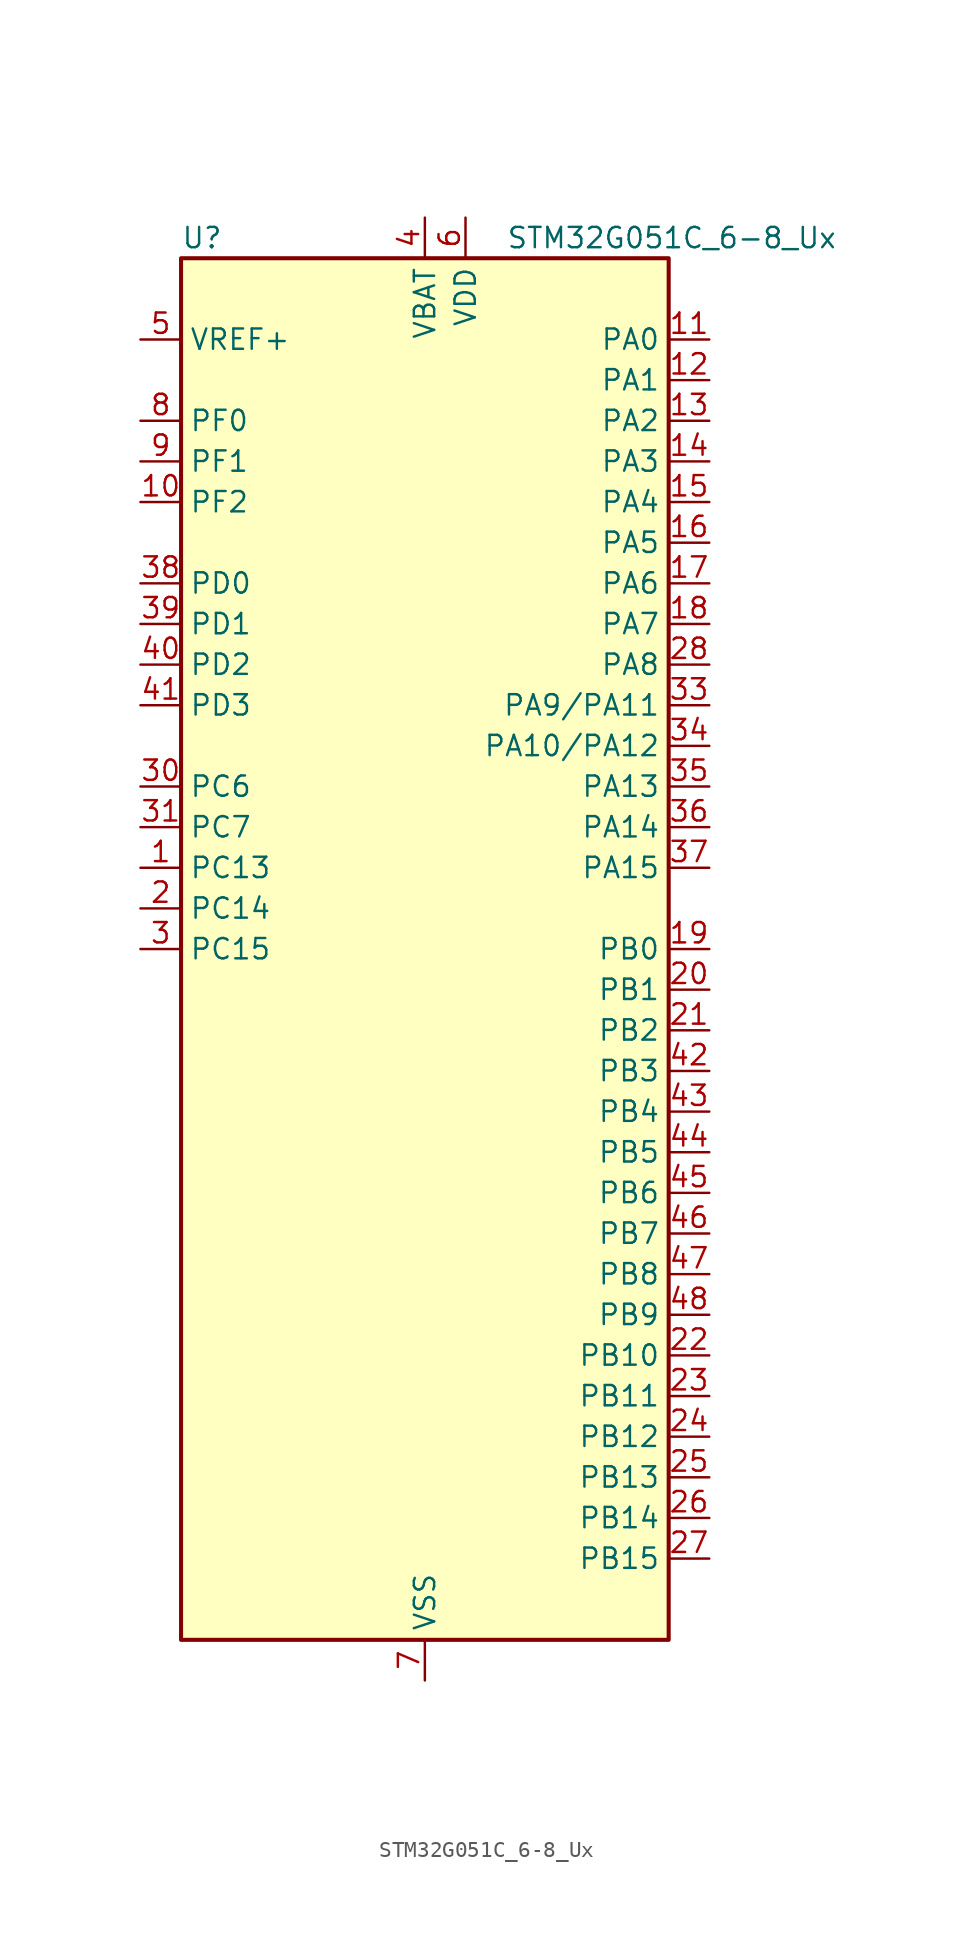
<source format=kicad_sym>
(kicad_symbol_lib
  (version 20231120)
  (generator "kicad-library-utils")
  (generator_version "8.0")
  (symbol "STM32G051C_6-8_Ux"
    (property "Reference" "U"
      (at -15.24 44.45 0)
      (effects (font (size 1.27 1.27)) (justify left)))
    (property "Value" "STM32G051C_6-8_Ux"
      (at 5.08 44.45 0)
      (effects (font (size 1.27 1.27)) (justify left)))
    (symbol "STM32G051C_6-8_Ux_0_1"
      (rectangle (start -15.24 -43.18) (end 15.24 43.18) (stroke (width 0.254) (type default)) (fill (type background))))
    (symbol "STM32G051C_6-8_Ux_1_1"
      (pin bidirectional line (at -17.78 5.08 0) (length 2.54) (name "PC13" (effects (font (size 1.27 1.27)))) (number "1" (effects (font (size 1.27 1.27)))) (alternate "RTC_OUT1" bidirectional line) (alternate "RTC_TAMP_IN1" bidirectional line) (alternate "RTC_TS" bidirectional line) (alternate "SYS_WKUP2" bidirectional line) (alternate "TIM1_BK" bidirectional line))
      (pin bidirectional line (at -17.78 27.94 0) (length 2.54) (name "PF2" (effects (font (size 1.27 1.27)))) (number "10" (effects (font (size 1.27 1.27)))) (alternate "RCC_MCO" bidirectional line))
      (pin bidirectional line (at 17.78 38.1 180) (length 2.54) (name "PA0" (effects (font (size 1.27 1.27)))) (number "11" (effects (font (size 1.27 1.27)))) (alternate "ADC1_IN0" bidirectional line) (alternate "COMP1_INM" bidirectional line) (alternate "COMP1_OUT" bidirectional line) (alternate "LPTIM1_OUT" bidirectional line) (alternate "RTC_TAMP_IN2" bidirectional line) (alternate "SPI2_SCK" bidirectional line) (alternate "SYS_WKUP1" bidirectional line) (alternate "TIM2_CH1" bidirectional line) (alternate "TIM2_ETR" bidirectional line) (alternate "USART2_CTS" bidirectional line) (alternate "USART2_NSS" bidirectional line))
      (pin bidirectional line (at 17.78 35.56 180) (length 2.54) (name "PA1" (effects (font (size 1.27 1.27)))) (number "12" (effects (font (size 1.27 1.27)))) (alternate "ADC1_IN1" bidirectional line) (alternate "COMP1_INP" bidirectional line) (alternate "I2C1_SMBA" bidirectional line) (alternate "I2S1_CK" bidirectional line) (alternate "SPI1_SCK" bidirectional line) (alternate "TIM15_CH1N" bidirectional line) (alternate "TIM2_CH2" bidirectional line) (alternate "USART2_CK" bidirectional line) (alternate "USART2_DE" bidirectional line) (alternate "USART2_RTS" bidirectional line))
      (pin bidirectional line (at 17.78 33.02 180) (length 2.54) (name "PA2" (effects (font (size 1.27 1.27)))) (number "13" (effects (font (size 1.27 1.27)))) (alternate "ADC1_IN2" bidirectional line) (alternate "COMP2_INM" bidirectional line) (alternate "COMP2_OUT" bidirectional line) (alternate "I2S1_SD" bidirectional line) (alternate "LPUART1_TX" bidirectional line) (alternate "RCC_LSCO" bidirectional line) (alternate "SPI1_MOSI" bidirectional line) (alternate "SYS_WKUP4" bidirectional line) (alternate "TIM15_CH1" bidirectional line) (alternate "TIM2_CH3" bidirectional line) (alternate "USART2_TX" bidirectional line))
      (pin bidirectional line (at 17.78 30.48 180) (length 2.54) (name "PA3" (effects (font (size 1.27 1.27)))) (number "14" (effects (font (size 1.27 1.27)))) (alternate "ADC1_IN3" bidirectional line) (alternate "COMP2_INP" bidirectional line) (alternate "LPUART1_RX" bidirectional line) (alternate "SPI2_MISO" bidirectional line) (alternate "TIM15_CH2" bidirectional line) (alternate "TIM2_CH4" bidirectional line) (alternate "USART2_RX" bidirectional line))
      (pin bidirectional line (at 17.78 27.94 180) (length 2.54) (name "PA4" (effects (font (size 1.27 1.27)))) (number "15" (effects (font (size 1.27 1.27)))) (alternate "ADC1_IN4" bidirectional line) (alternate "DAC1_OUT1" bidirectional line) (alternate "I2S1_WS" bidirectional line) (alternate "LPTIM2_OUT" bidirectional line) (alternate "RTC_OUT2" bidirectional line) (alternate "SPI1_NSS" bidirectional line) (alternate "SPI2_MOSI" bidirectional line) (alternate "TIM14_CH1" bidirectional line))
      (pin bidirectional line (at 17.78 25.4 180) (length 2.54) (name "PA5" (effects (font (size 1.27 1.27)))) (number "16" (effects (font (size 1.27 1.27)))) (alternate "ADC1_IN5" bidirectional line) (alternate "DAC1_OUT2" bidirectional line) (alternate "I2S1_CK" bidirectional line) (alternate "LPTIM2_ETR" bidirectional line) (alternate "SPI1_SCK" bidirectional line) (alternate "TIM2_CH1" bidirectional line) (alternate "TIM2_ETR" bidirectional line))
      (pin bidirectional line (at 17.78 22.86 180) (length 2.54) (name "PA6" (effects (font (size 1.27 1.27)))) (number "17" (effects (font (size 1.27 1.27)))) (alternate "ADC1_IN6" bidirectional line) (alternate "COMP1_OUT" bidirectional line) (alternate "I2S1_MCK" bidirectional line) (alternate "LPUART1_CTS" bidirectional line) (alternate "SPI1_MISO" bidirectional line) (alternate "TIM16_CH1" bidirectional line) (alternate "TIM1_BK" bidirectional line) (alternate "TIM3_CH1" bidirectional line))
      (pin bidirectional line (at 17.78 20.32 180) (length 2.54) (name "PA7" (effects (font (size 1.27 1.27)))) (number "18" (effects (font (size 1.27 1.27)))) (alternate "ADC1_IN7" bidirectional line) (alternate "COMP2_OUT" bidirectional line) (alternate "I2S1_SD" bidirectional line) (alternate "SPI1_MOSI" bidirectional line) (alternate "TIM14_CH1" bidirectional line) (alternate "TIM17_CH1" bidirectional line) (alternate "TIM1_CH1N" bidirectional line) (alternate "TIM3_CH2" bidirectional line))
      (pin bidirectional line (at 17.78 0 180) (length 2.54) (name "PB0" (effects (font (size 1.27 1.27)))) (number "19" (effects (font (size 1.27 1.27)))) (alternate "ADC1_IN8" bidirectional line) (alternate "COMP1_OUT" bidirectional line) (alternate "I2S1_WS" bidirectional line) (alternate "LPTIM1_OUT" bidirectional line) (alternate "SPI1_NSS" bidirectional line) (alternate "TIM1_CH2N" bidirectional line) (alternate "TIM3_CH3" bidirectional line))
      (pin bidirectional line (at -17.78 2.54 0) (length 2.54) (name "PC14" (effects (font (size 1.27 1.27)))) (number "2" (effects (font (size 1.27 1.27)))) (alternate "RCC_OSC32_IN" bidirectional line) (alternate "TIM1_BK2" bidirectional line))
      (pin bidirectional line (at 17.78 -2.54 180) (length 2.54) (name "PB1" (effects (font (size 1.27 1.27)))) (number "20" (effects (font (size 1.27 1.27)))) (alternate "ADC1_IN9" bidirectional line) (alternate "COMP1_INM" bidirectional line) (alternate "LPTIM2_IN1" bidirectional line) (alternate "LPUART1_DE" bidirectional line) (alternate "LPUART1_RTS" bidirectional line) (alternate "TIM14_CH1" bidirectional line) (alternate "TIM1_CH3N" bidirectional line) (alternate "TIM3_CH4" bidirectional line))
      (pin bidirectional line (at 17.78 -5.08 180) (length 2.54) (name "PB2" (effects (font (size 1.27 1.27)))) (number "21" (effects (font (size 1.27 1.27)))) (alternate "ADC1_IN10" bidirectional line) (alternate "COMP1_INP" bidirectional line) (alternate "LPTIM1_OUT" bidirectional line) (alternate "SPI2_MISO" bidirectional line))
      (pin bidirectional line (at 17.78 -25.4 180) (length 2.54) (name "PB10" (effects (font (size 1.27 1.27)))) (number "22" (effects (font (size 1.27 1.27)))) (alternate "ADC1_IN11" bidirectional line) (alternate "COMP1_OUT" bidirectional line) (alternate "I2C2_SCL" bidirectional line) (alternate "LPUART1_RX" bidirectional line) (alternate "SPI2_SCK" bidirectional line) (alternate "TIM2_CH3" bidirectional line))
      (pin bidirectional line (at 17.78 -27.94 180) (length 2.54) (name "PB11" (effects (font (size 1.27 1.27)))) (number "23" (effects (font (size 1.27 1.27)))) (alternate "ADC1_EXTI11" bidirectional line) (alternate "ADC1_IN15" bidirectional line) (alternate "COMP2_OUT" bidirectional line) (alternate "I2C2_SDA" bidirectional line) (alternate "LPUART1_TX" bidirectional line) (alternate "SPI2_MOSI" bidirectional line) (alternate "TIM2_CH4" bidirectional line))
      (pin bidirectional line (at 17.78 -30.48 180) (length 2.54) (name "PB12" (effects (font (size 1.27 1.27)))) (number "24" (effects (font (size 1.27 1.27)))) (alternate "ADC1_IN16" bidirectional line) (alternate "LPUART1_DE" bidirectional line) (alternate "LPUART1_RTS" bidirectional line) (alternate "SPI2_NSS" bidirectional line) (alternate "TIM15_BK" bidirectional line) (alternate "TIM1_BK" bidirectional line))
      (pin bidirectional line (at 17.78 -33.02 180) (length 2.54) (name "PB13" (effects (font (size 1.27 1.27)))) (number "25" (effects (font (size 1.27 1.27)))) (alternate "I2C2_SCL" bidirectional line) (alternate "LPUART1_CTS" bidirectional line) (alternate "SPI2_SCK" bidirectional line) (alternate "TIM15_CH1N" bidirectional line) (alternate "TIM1_CH1N" bidirectional line))
      (pin bidirectional line (at 17.78 -35.56 180) (length 2.54) (name "PB14" (effects (font (size 1.27 1.27)))) (number "26" (effects (font (size 1.27 1.27)))) (alternate "I2C2_SDA" bidirectional line) (alternate "SPI2_MISO" bidirectional line) (alternate "TIM15_CH1" bidirectional line) (alternate "TIM1_CH2N" bidirectional line))
      (pin bidirectional line (at 17.78 -38.1 180) (length 2.54) (name "PB15" (effects (font (size 1.27 1.27)))) (number "27" (effects (font (size 1.27 1.27)))) (alternate "RTC_REFIN" bidirectional line) (alternate "SPI2_MOSI" bidirectional line) (alternate "TIM15_CH1N" bidirectional line) (alternate "TIM15_CH2" bidirectional line) (alternate "TIM1_CH3N" bidirectional line))
      (pin bidirectional line (at 17.78 17.78 180) (length 2.54) (name "PA8" (effects (font (size 1.27 1.27)))) (number "28" (effects (font (size 1.27 1.27)))) (alternate "LPTIM2_OUT" bidirectional line) (alternate "RCC_MCO" bidirectional line) (alternate "SPI2_NSS" bidirectional line) (alternate "TIM1_CH1" bidirectional line))
      (pin no_connect line (at -15.24 -43.18 0) (length 2.54) hide (name "NC/PA9" (effects (font (size 1.27 1.27)))) (number "29" (effects (font (size 1.27 1.27)))) (alternate "NC" bidirectional line) (alternate "PA9" bidirectional line) (alternate "DAC1_EXTI9 (PA9)" bidirectional line) (alternate "I2C1_SCL (PA9)" bidirectional line) (alternate "RCC_MCO (PA9)" bidirectional line) (alternate "SPI2_MISO (PA9)" bidirectional line) (alternate "TIM15_BK (PA9)" bidirectional line) (alternate "TIM1_CH2 (PA9)" bidirectional line) (alternate "USART1_TX (PA9)" bidirectional line))
      (pin bidirectional line (at -17.78 0 0) (length 2.54) (name "PC15" (effects (font (size 1.27 1.27)))) (number "3" (effects (font (size 1.27 1.27)))) (alternate "RCC_OSC32_EN" bidirectional line) (alternate "RCC_OSC32_OUT" bidirectional line) (alternate "RCC_OSC_EN" bidirectional line) (alternate "TIM15_BK" bidirectional line))
      (pin bidirectional line (at -17.78 10.16 0) (length 2.54) (name "PC6" (effects (font (size 1.27 1.27)))) (number "30" (effects (font (size 1.27 1.27)))) (alternate "TIM2_CH3" bidirectional line) (alternate "TIM3_CH1" bidirectional line))
      (pin bidirectional line (at -17.78 7.62 0) (length 2.54) (name "PC7" (effects (font (size 1.27 1.27)))) (number "31" (effects (font (size 1.27 1.27)))) (alternate "TIM2_CH4" bidirectional line) (alternate "TIM3_CH2" bidirectional line))
      (pin no_connect line (at -15.24 -40.64 0) (length 2.54) hide (name "NC/PA10" (effects (font (size 1.27 1.27)))) (number "32" (effects (font (size 1.27 1.27)))) (alternate "NC" bidirectional line) (alternate "PA10" bidirectional line) (alternate "I2C1_SDA (PA10)" bidirectional line) (alternate "SPI2_MOSI (PA10)" bidirectional line) (alternate "TIM17_BK (PA10)" bidirectional line) (alternate "TIM1_CH3 (PA10)" bidirectional line) (alternate "USART1_RX (PA10)" bidirectional line))
      (pin bidirectional line (at 17.78 15.24 180) (length 2.54) (name "PA9/PA11" (effects (font (size 1.27 1.27)))) (number "33" (effects (font (size 1.27 1.27)))) (alternate "PA9" bidirectional line) (alternate "DAC1_EXTI9 (PA9)" bidirectional line) (alternate "I2C1_SCL (PA9)" bidirectional line) (alternate "RCC_MCO (PA9)" bidirectional line) (alternate "SPI2_MISO (PA9)" bidirectional line) (alternate "TIM15_BK (PA9)" bidirectional line) (alternate "TIM1_CH2 (PA9)" bidirectional line) (alternate "USART1_TX (PA9)" bidirectional line) (alternate "PA11" bidirectional line) (alternate "ADC1_EXTI11 (PA11)" bidirectional line) (alternate "COMP1_OUT (PA11)" bidirectional line) (alternate "I2C2_SCL (PA11)" bidirectional line) (alternate "I2S1_MCK (PA11)" bidirectional line) (alternate "SPI1_MISO (PA11)" bidirectional line) (alternate "TIM1_BK2 (PA11)" bidirectional line) (alternate "TIM1_CH4 (PA11)" bidirectional line) (alternate "USART1_CTS (PA11)" bidirectional line) (alternate "USART1_NSS (PA11)" bidirectional line))
      (pin bidirectional line (at 17.78 12.7 180) (length 2.54) (name "PA10/PA12" (effects (font (size 1.27 1.27)))) (number "34" (effects (font (size 1.27 1.27)))) (alternate "PA10" bidirectional line) (alternate "I2C1_SDA (PA10)" bidirectional line) (alternate "SPI2_MOSI (PA10)" bidirectional line) (alternate "TIM17_BK (PA10)" bidirectional line) (alternate "TIM1_CH3 (PA10)" bidirectional line) (alternate "USART1_RX (PA10)" bidirectional line) (alternate "PA12" bidirectional line) (alternate "COMP2_OUT (PA12)" bidirectional line) (alternate "I2C2_SDA (PA12)" bidirectional line) (alternate "I2S1_SD (PA12)" bidirectional line) (alternate "I2S_CKIN (PA12)" bidirectional line) (alternate "SPI1_MOSI (PA12)" bidirectional line) (alternate "TIM1_ETR (PA12)" bidirectional line) (alternate "USART1_CK (PA12)" bidirectional line) (alternate "USART1_DE (PA12)" bidirectional line) (alternate "USART1_RTS (PA12)" bidirectional line))
      (pin bidirectional line (at 17.78 10.16 180) (length 2.54) (name "PA13" (effects (font (size 1.27 1.27)))) (number "35" (effects (font (size 1.27 1.27)))) (alternate "ADC1_IN17" bidirectional line) (alternate "IR_OUT" bidirectional line) (alternate "SYS_SWDIO" bidirectional line))
      (pin bidirectional line (at 17.78 7.62 180) (length 2.54) (name "PA14" (effects (font (size 1.27 1.27)))) (number "36" (effects (font (size 1.27 1.27)))) (alternate "ADC1_IN18" bidirectional line) (alternate "SYS_SWCLK" bidirectional line) (alternate "USART2_TX" bidirectional line))
      (pin bidirectional line (at 17.78 5.08 180) (length 2.54) (name "PA15" (effects (font (size 1.27 1.27)))) (number "37" (effects (font (size 1.27 1.27)))) (alternate "I2S1_WS" bidirectional line) (alternate "SPI1_NSS" bidirectional line) (alternate "TIM2_CH1" bidirectional line) (alternate "TIM2_ETR" bidirectional line) (alternate "USART2_RX" bidirectional line))
      (pin bidirectional line (at -17.78 22.86 0) (length 2.54) (name "PD0" (effects (font (size 1.27 1.27)))) (number "38" (effects (font (size 1.27 1.27)))) (alternate "SPI2_NSS" bidirectional line) (alternate "TIM16_CH1" bidirectional line))
      (pin bidirectional line (at -17.78 20.32 0) (length 2.54) (name "PD1" (effects (font (size 1.27 1.27)))) (number "39" (effects (font (size 1.27 1.27)))) (alternate "SPI2_SCK" bidirectional line) (alternate "TIM17_CH1" bidirectional line))
      (pin power_in line (at 0 45.72 270) (length 2.54) (name "VBAT" (effects (font (size 1.27 1.27)))) (number "4" (effects (font (size 1.27 1.27)))))
      (pin bidirectional line (at -17.78 17.78 0) (length 2.54) (name "PD2" (effects (font (size 1.27 1.27)))) (number "40" (effects (font (size 1.27 1.27)))) (alternate "TIM1_CH1N" bidirectional line) (alternate "TIM3_ETR" bidirectional line))
      (pin bidirectional line (at -17.78 15.24 0) (length 2.54) (name "PD3" (effects (font (size 1.27 1.27)))) (number "41" (effects (font (size 1.27 1.27)))) (alternate "SPI2_MISO" bidirectional line) (alternate "TIM1_CH2N" bidirectional line) (alternate "USART2_CTS" bidirectional line) (alternate "USART2_NSS" bidirectional line))
      (pin bidirectional line (at 17.78 -7.62 180) (length 2.54) (name "PB3" (effects (font (size 1.27 1.27)))) (number "42" (effects (font (size 1.27 1.27)))) (alternate "COMP2_INM" bidirectional line) (alternate "I2S1_CK" bidirectional line) (alternate "SPI1_SCK" bidirectional line) (alternate "TIM1_CH2" bidirectional line) (alternate "TIM2_CH2" bidirectional line) (alternate "USART1_CK" bidirectional line) (alternate "USART1_DE" bidirectional line) (alternate "USART1_RTS" bidirectional line))
      (pin bidirectional line (at 17.78 -10.16 180) (length 2.54) (name "PB4" (effects (font (size 1.27 1.27)))) (number "43" (effects (font (size 1.27 1.27)))) (alternate "COMP2_INP" bidirectional line) (alternate "I2S1_MCK" bidirectional line) (alternate "SPI1_MISO" bidirectional line) (alternate "TIM17_BK" bidirectional line) (alternate "TIM3_CH1" bidirectional line) (alternate "USART1_CTS" bidirectional line) (alternate "USART1_NSS" bidirectional line))
      (pin bidirectional line (at 17.78 -12.7 180) (length 2.54) (name "PB5" (effects (font (size 1.27 1.27)))) (number "44" (effects (font (size 1.27 1.27)))) (alternate "COMP2_OUT" bidirectional line) (alternate "I2C1_SMBA" bidirectional line) (alternate "I2S1_SD" bidirectional line) (alternate "LPTIM1_IN1" bidirectional line) (alternate "SPI1_MOSI" bidirectional line) (alternate "SYS_WKUP6" bidirectional line) (alternate "TIM16_BK" bidirectional line) (alternate "TIM3_CH2" bidirectional line))
      (pin bidirectional line (at 17.78 -15.24 180) (length 2.54) (name "PB6" (effects (font (size 1.27 1.27)))) (number "45" (effects (font (size 1.27 1.27)))) (alternate "COMP2_INP" bidirectional line) (alternate "I2C1_SCL" bidirectional line) (alternate "LPTIM1_ETR" bidirectional line) (alternate "SPI2_MISO" bidirectional line) (alternate "TIM16_CH1N" bidirectional line) (alternate "TIM1_CH3" bidirectional line) (alternate "USART1_TX" bidirectional line))
      (pin bidirectional line (at 17.78 -17.78 180) (length 2.54) (name "PB7" (effects (font (size 1.27 1.27)))) (number "46" (effects (font (size 1.27 1.27)))) (alternate "COMP2_INM" bidirectional line) (alternate "I2C1_SDA" bidirectional line) (alternate "LPTIM1_IN2" bidirectional line) (alternate "SPI2_MOSI" bidirectional line) (alternate "SYS_PVD_IN" bidirectional line) (alternate "TIM17_CH1N" bidirectional line) (alternate "USART1_RX" bidirectional line))
      (pin bidirectional line (at 17.78 -20.32 180) (length 2.54) (name "PB8" (effects (font (size 1.27 1.27)))) (number "47" (effects (font (size 1.27 1.27)))) (alternate "I2C1_SCL" bidirectional line) (alternate "SPI2_SCK" bidirectional line) (alternate "TIM15_BK" bidirectional line) (alternate "TIM16_CH1" bidirectional line))
      (pin bidirectional line (at 17.78 -22.86 180) (length 2.54) (name "PB9" (effects (font (size 1.27 1.27)))) (number "48" (effects (font (size 1.27 1.27)))) (alternate "DAC1_EXTI9" bidirectional line) (alternate "I2C1_SDA" bidirectional line) (alternate "IR_OUT" bidirectional line) (alternate "SPI2_NSS" bidirectional line) (alternate "TIM17_CH1" bidirectional line))
      (pin passive line (at 0 -45.72 90) (length 2.54) hide (name "VSS" (effects (font (size 1.27 1.27)))) (number "49" (effects (font (size 1.27 1.27)))))
      (pin input line (at -17.78 38.1 0) (length 2.54) (name "VREF+" (effects (font (size 1.27 1.27)))) (number "5" (effects (font (size 1.27 1.27)))) (alternate "VREFBUF_OUT" bidirectional line))
      (pin power_in line (at 2.54 45.72 270) (length 2.54) (name "VDD" (effects (font (size 1.27 1.27)))) (number "6" (effects (font (size 1.27 1.27)))))
      (pin power_in line (at 0 -45.72 90) (length 2.54) (name "VSS" (effects (font (size 1.27 1.27)))) (number "7" (effects (font (size 1.27 1.27)))))
      (pin bidirectional line (at -17.78 33.02 0) (length 2.54) (name "PF0" (effects (font (size 1.27 1.27)))) (number "8" (effects (font (size 1.27 1.27)))) (alternate "RCC_OSC_IN" bidirectional line) (alternate "TIM14_CH1" bidirectional line))
      (pin bidirectional line (at -17.78 30.48 0) (length 2.54) (name "PF1" (effects (font (size 1.27 1.27)))) (number "9" (effects (font (size 1.27 1.27)))) (alternate "RCC_OSC_EN" bidirectional line) (alternate "RCC_OSC_OUT" bidirectional line) (alternate "TIM15_CH1N" bidirectional line)))))
</source>
